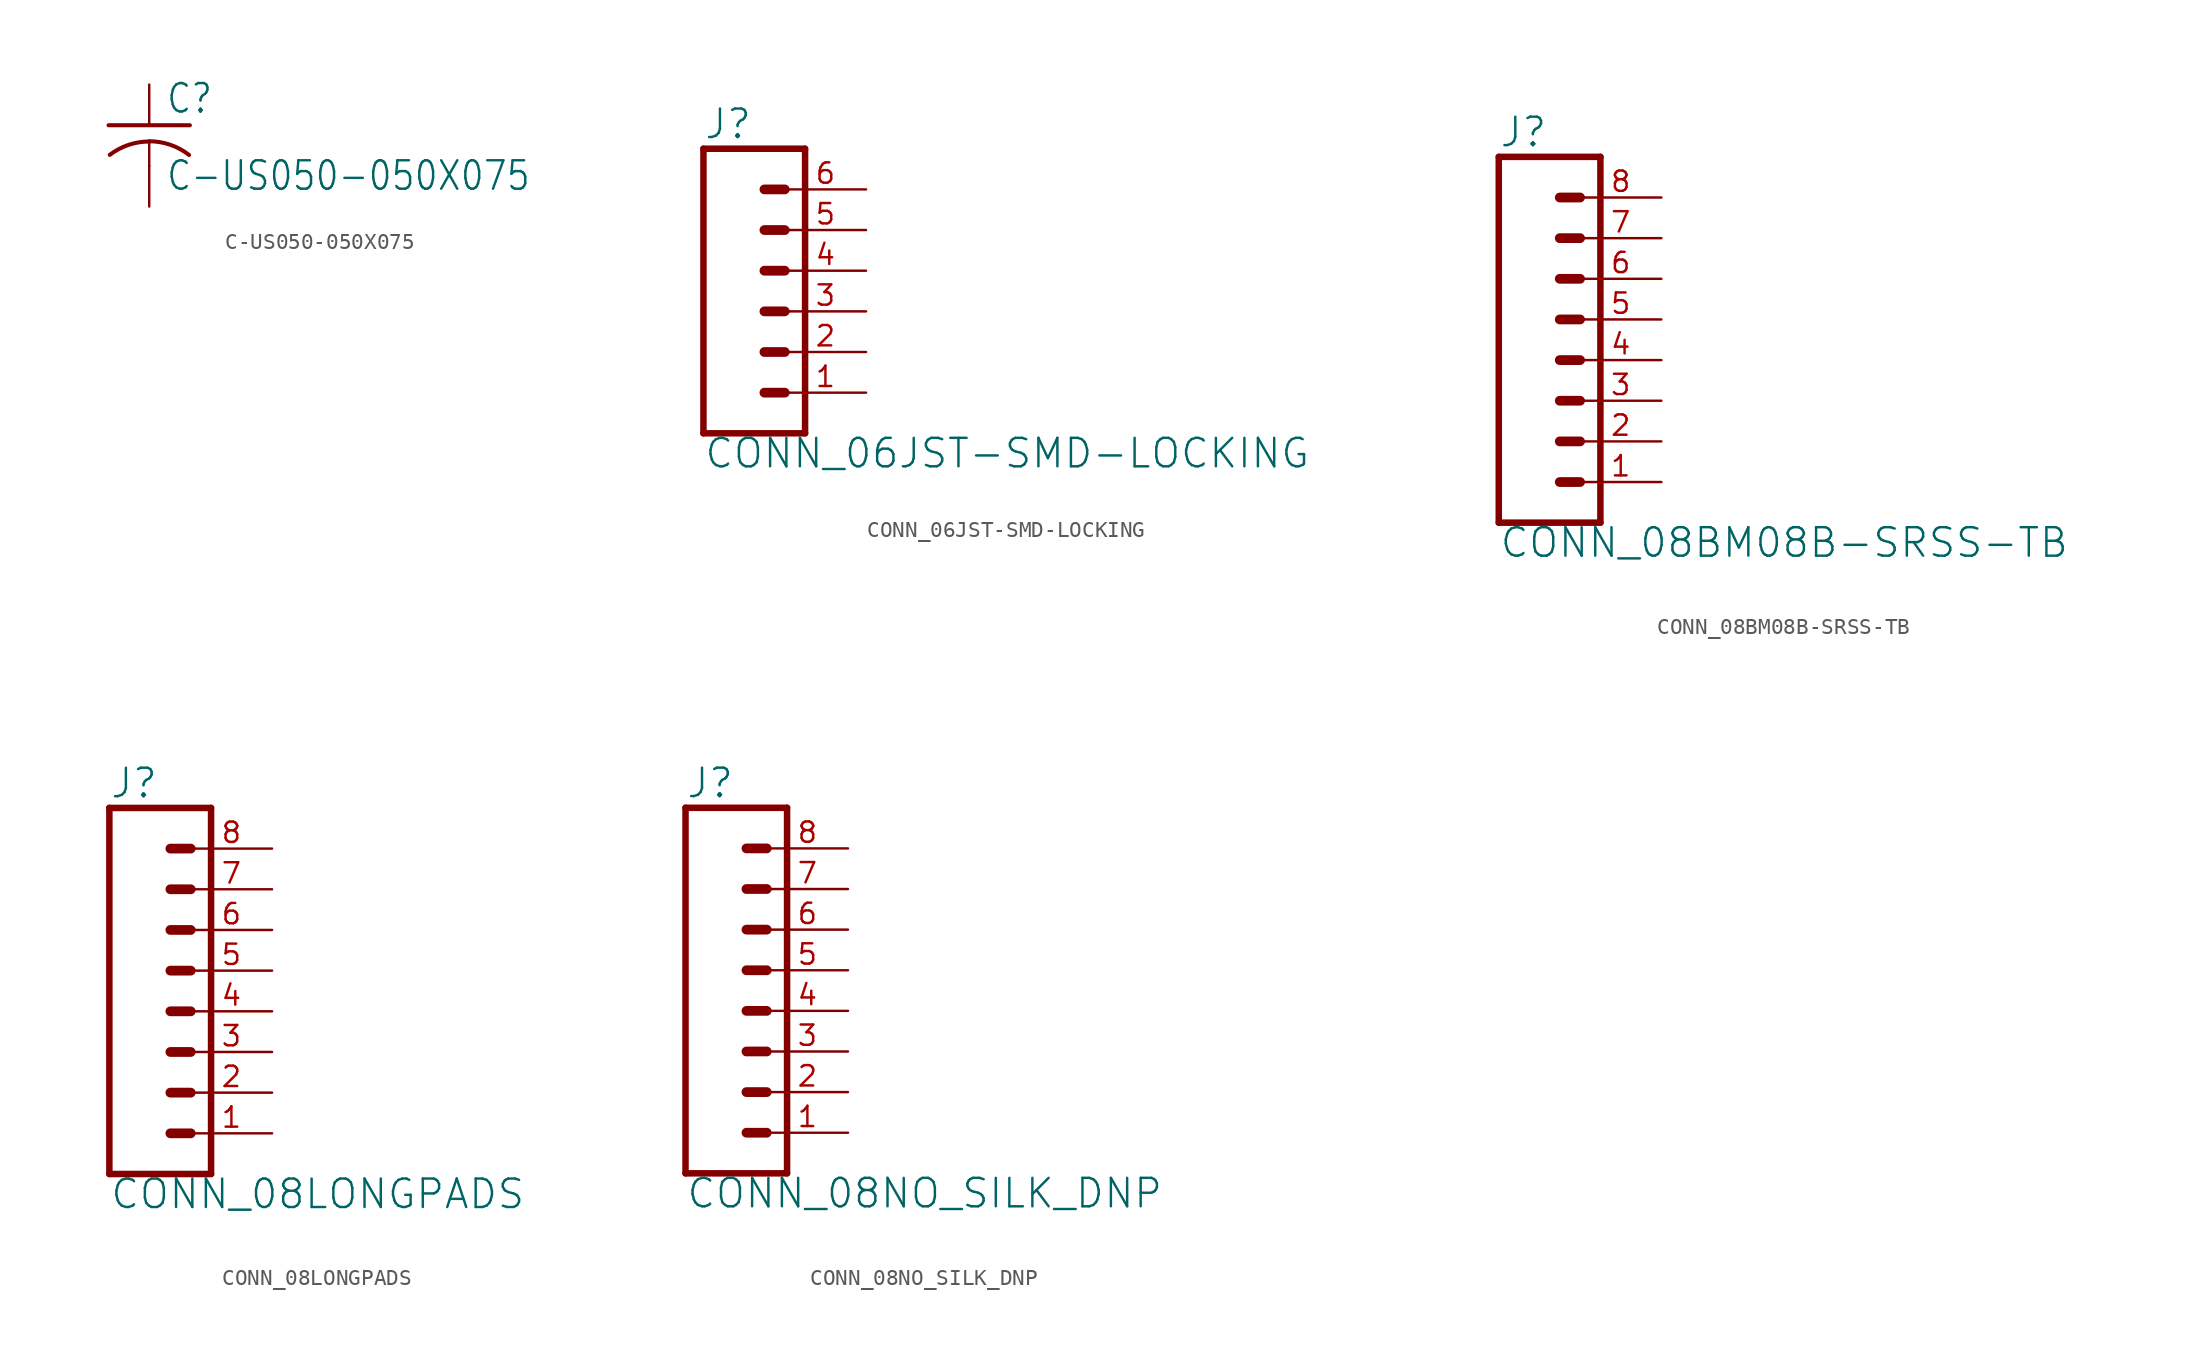
<source format=kicad_sym>
(kicad_symbol_lib
  (version 20211014)
  (generator kicad_symbol_editor)
  (symbol "C-US050-050X075"
    (property "Reference" "C"
      (at 1.016 0.635 0)
      (effects (font (size 1.778 1.511)) (justify left bottom)))
    (property "Value" "C-US050-050X075"
      (at 1.016 -4.191 0)
      (effects (font (size 1.778 1.511)) (justify left bottom)))
    (property "ki_locked" ""
      (at 0 0 0)
      (effects (font (size 1.27 1.27))))
    (symbol "C-US050-050X075_1_0"
      (arc (start 0 -1.0161) (mid -1.302 -1.2303) (end -2.4668 -1.8504) (stroke (width 0.254) (type default) (color 0 0 0 0)) (fill (type none)))
      (polyline (pts (xy -2.54 0) (xy 2.54 0)) (stroke (width 0.254) (type default) (color 0 0 0 0)) (fill (type none)))
      (polyline (pts (xy 0 -1.016) (xy 0 -2.54)) (stroke (width 0.152) (type default) (color 0 0 0 0)) (fill (type none)))
      (arc (start 2.4892 -1.8542) (mid 1.3158 -1.2195) (end 0 -1) (stroke (width 0.254) (type default) (color 0 0 0 0)) (fill (type none)))
      (pin passive line (at 0 2.54 270) (length 2.54) (name "1" (effects (font (size 0 0)))) (number "1" (effects (font (size 0 0)))))
      (pin passive line (at 0 -5.08 90) (length 2.54) (name "2" (effects (font (size 0 0)))) (number "2" (effects (font (size 0 0)))))))
  (symbol "CONN_06JST-SMD-LOCKING"
    (property "Reference" "J"
      (at -5.08 10.668 0)
      (effects (font (size 1.778 1.778)) (justify left bottom)))
    (property "Value" "CONN_06JST-SMD-LOCKING"
      (at -5.08 -9.906 0)
      (effects (font (size 1.778 1.778)) (justify left bottom)))
    (property "ki_locked" ""
      (at 0 0 0)
      (effects (font (size 1.27 1.27))))
    (symbol "CONN_06JST-SMD-LOCKING_1_0"
      (polyline (pts (xy -5.08 10.16) (xy -5.08 -7.62)) (stroke (width 0.406) (type default) (color 0 0 0 0)) (fill (type none)))
      (polyline (pts (xy -5.08 10.16) (xy 1.27 10.16)) (stroke (width 0.406) (type default) (color 0 0 0 0)) (fill (type none)))
      (polyline (pts (xy -1.27 -5.08) (xy 0 -5.08)) (stroke (width 0.61) (type default) (color 0 0 0 0)) (fill (type none)))
      (polyline (pts (xy -1.27 -2.54) (xy 0 -2.54)) (stroke (width 0.61) (type default) (color 0 0 0 0)) (fill (type none)))
      (polyline (pts (xy -1.27 0) (xy 0 0)) (stroke (width 0.61) (type default) (color 0 0 0 0)) (fill (type none)))
      (polyline (pts (xy -1.27 2.54) (xy 0 2.54)) (stroke (width 0.61) (type default) (color 0 0 0 0)) (fill (type none)))
      (polyline (pts (xy -1.27 5.08) (xy 0 5.08)) (stroke (width 0.61) (type default) (color 0 0 0 0)) (fill (type none)))
      (polyline (pts (xy -1.27 7.62) (xy 0 7.62)) (stroke (width 0.61) (type default) (color 0 0 0 0)) (fill (type none)))
      (polyline (pts (xy 1.27 -7.62) (xy -5.08 -7.62)) (stroke (width 0.406) (type default) (color 0 0 0 0)) (fill (type none)))
      (polyline (pts (xy 1.27 -7.62) (xy 1.27 10.16)) (stroke (width 0.406) (type default) (color 0 0 0 0)) (fill (type none)))
      (pin passive line (at 5.08 -5.08 180) (length 5.08) (name "1" (effects (font (size 0 0)))) (number "1" (effects (font (size 1.27 1.27)))))
      (pin passive line (at 5.08 -2.54 180) (length 5.08) (name "2" (effects (font (size 0 0)))) (number "2" (effects (font (size 1.27 1.27)))))
      (pin passive line (at 5.08 0 180) (length 5.08) (name "3" (effects (font (size 0 0)))) (number "3" (effects (font (size 1.27 1.27)))))
      (pin passive line (at 5.08 2.54 180) (length 5.08) (name "4" (effects (font (size 0 0)))) (number "4" (effects (font (size 1.27 1.27)))))
      (pin passive line (at 5.08 5.08 180) (length 5.08) (name "5" (effects (font (size 0 0)))) (number "5" (effects (font (size 1.27 1.27)))))
      (pin passive line (at 5.08 7.62 180) (length 5.08) (name "6" (effects (font (size 0 0)))) (number "6" (effects (font (size 1.27 1.27)))))))
  (symbol "CONN_08BM08B-SRSS-TB"
    (property "Reference" "J"
      (at -5.08 13.208 0)
      (effects (font (size 1.778 1.778)) (justify left bottom)))
    (property "Value" "CONN_08BM08B-SRSS-TB"
      (at -5.08 -12.446 0)
      (effects (font (size 1.778 1.778)) (justify left bottom)))
    (property "ki_locked" ""
      (at 0 0 0)
      (effects (font (size 1.27 1.27))))
    (symbol "CONN_08BM08B-SRSS-TB_1_0"
      (polyline (pts (xy -5.08 12.7) (xy -5.08 -10.16)) (stroke (width 0.406) (type default) (color 0 0 0 0)) (fill (type none)))
      (polyline (pts (xy -5.08 12.7) (xy 1.27 12.7)) (stroke (width 0.406) (type default) (color 0 0 0 0)) (fill (type none)))
      (polyline (pts (xy -1.27 -7.62) (xy 0 -7.62)) (stroke (width 0.61) (type default) (color 0 0 0 0)) (fill (type none)))
      (polyline (pts (xy -1.27 -5.08) (xy 0 -5.08)) (stroke (width 0.61) (type default) (color 0 0 0 0)) (fill (type none)))
      (polyline (pts (xy -1.27 -2.54) (xy 0 -2.54)) (stroke (width 0.61) (type default) (color 0 0 0 0)) (fill (type none)))
      (polyline (pts (xy -1.27 0) (xy 0 0)) (stroke (width 0.61) (type default) (color 0 0 0 0)) (fill (type none)))
      (polyline (pts (xy -1.27 2.54) (xy 0 2.54)) (stroke (width 0.61) (type default) (color 0 0 0 0)) (fill (type none)))
      (polyline (pts (xy -1.27 5.08) (xy 0 5.08)) (stroke (width 0.61) (type default) (color 0 0 0 0)) (fill (type none)))
      (polyline (pts (xy -1.27 7.62) (xy 0 7.62)) (stroke (width 0.61) (type default) (color 0 0 0 0)) (fill (type none)))
      (polyline (pts (xy -1.27 10.16) (xy 0 10.16)) (stroke (width 0.61) (type default) (color 0 0 0 0)) (fill (type none)))
      (polyline (pts (xy 1.27 -10.16) (xy -5.08 -10.16)) (stroke (width 0.406) (type default) (color 0 0 0 0)) (fill (type none)))
      (polyline (pts (xy 1.27 -10.16) (xy 1.27 12.7)) (stroke (width 0.406) (type default) (color 0 0 0 0)) (fill (type none)))
      (pin passive line (at 5.08 -7.62 180) (length 5.08) (name "1" (effects (font (size 0 0)))) (number "1" (effects (font (size 1.27 1.27)))))
      (pin passive line (at 5.08 -5.08 180) (length 5.08) (name "2" (effects (font (size 0 0)))) (number "2" (effects (font (size 1.27 1.27)))))
      (pin passive line (at 5.08 -2.54 180) (length 5.08) (name "3" (effects (font (size 0 0)))) (number "3" (effects (font (size 1.27 1.27)))))
      (pin passive line (at 5.08 0 180) (length 5.08) (name "4" (effects (font (size 0 0)))) (number "4" (effects (font (size 1.27 1.27)))))
      (pin passive line (at 5.08 2.54 180) (length 5.08) (name "5" (effects (font (size 0 0)))) (number "5" (effects (font (size 1.27 1.27)))))
      (pin passive line (at 5.08 5.08 180) (length 5.08) (name "6" (effects (font (size 0 0)))) (number "6" (effects (font (size 1.27 1.27)))))
      (pin passive line (at 5.08 7.62 180) (length 5.08) (name "7" (effects (font (size 0 0)))) (number "7" (effects (font (size 1.27 1.27)))))
      (pin passive line (at 5.08 10.16 180) (length 5.08) (name "8" (effects (font (size 0 0)))) (number "8" (effects (font (size 1.27 1.27)))))))
  (symbol "CONN_08LONGPADS"
    (property "Reference" "J"
      (at -5.08 13.208 0)
      (effects (font (size 1.778 1.778)) (justify left bottom)))
    (property "Value" "CONN_08LONGPADS"
      (at -5.08 -12.446 0)
      (effects (font (size 1.778 1.778)) (justify left bottom)))
    (property "ki_locked" ""
      (at 0 0 0)
      (effects (font (size 1.27 1.27))))
    (symbol "CONN_08LONGPADS_1_0"
      (polyline (pts (xy -5.08 12.7) (xy -5.08 -10.16)) (stroke (width 0.406) (type default) (color 0 0 0 0)) (fill (type none)))
      (polyline (pts (xy -5.08 12.7) (xy 1.27 12.7)) (stroke (width 0.406) (type default) (color 0 0 0 0)) (fill (type none)))
      (polyline (pts (xy -1.27 -7.62) (xy 0 -7.62)) (stroke (width 0.61) (type default) (color 0 0 0 0)) (fill (type none)))
      (polyline (pts (xy -1.27 -5.08) (xy 0 -5.08)) (stroke (width 0.61) (type default) (color 0 0 0 0)) (fill (type none)))
      (polyline (pts (xy -1.27 -2.54) (xy 0 -2.54)) (stroke (width 0.61) (type default) (color 0 0 0 0)) (fill (type none)))
      (polyline (pts (xy -1.27 0) (xy 0 0)) (stroke (width 0.61) (type default) (color 0 0 0 0)) (fill (type none)))
      (polyline (pts (xy -1.27 2.54) (xy 0 2.54)) (stroke (width 0.61) (type default) (color 0 0 0 0)) (fill (type none)))
      (polyline (pts (xy -1.27 5.08) (xy 0 5.08)) (stroke (width 0.61) (type default) (color 0 0 0 0)) (fill (type none)))
      (polyline (pts (xy -1.27 7.62) (xy 0 7.62)) (stroke (width 0.61) (type default) (color 0 0 0 0)) (fill (type none)))
      (polyline (pts (xy -1.27 10.16) (xy 0 10.16)) (stroke (width 0.61) (type default) (color 0 0 0 0)) (fill (type none)))
      (polyline (pts (xy 1.27 -10.16) (xy -5.08 -10.16)) (stroke (width 0.406) (type default) (color 0 0 0 0)) (fill (type none)))
      (polyline (pts (xy 1.27 -10.16) (xy 1.27 12.7)) (stroke (width 0.406) (type default) (color 0 0 0 0)) (fill (type none)))
      (pin passive line (at 5.08 -7.62 180) (length 5.08) (name "1" (effects (font (size 0 0)))) (number "1" (effects (font (size 1.27 1.27)))))
      (pin passive line (at 5.08 -5.08 180) (length 5.08) (name "2" (effects (font (size 0 0)))) (number "2" (effects (font (size 1.27 1.27)))))
      (pin passive line (at 5.08 -2.54 180) (length 5.08) (name "3" (effects (font (size 0 0)))) (number "3" (effects (font (size 1.27 1.27)))))
      (pin passive line (at 5.08 0 180) (length 5.08) (name "4" (effects (font (size 0 0)))) (number "4" (effects (font (size 1.27 1.27)))))
      (pin passive line (at 5.08 2.54 180) (length 5.08) (name "5" (effects (font (size 0 0)))) (number "5" (effects (font (size 1.27 1.27)))))
      (pin passive line (at 5.08 5.08 180) (length 5.08) (name "6" (effects (font (size 0 0)))) (number "6" (effects (font (size 1.27 1.27)))))
      (pin passive line (at 5.08 7.62 180) (length 5.08) (name "7" (effects (font (size 0 0)))) (number "7" (effects (font (size 1.27 1.27)))))
      (pin passive line (at 5.08 10.16 180) (length 5.08) (name "8" (effects (font (size 0 0)))) (number "8" (effects (font (size 1.27 1.27)))))))
  (symbol "CONN_08NO_SILK_DNP"
    (property "Reference" "J"
      (at -5.08 13.208 0)
      (effects (font (size 1.778 1.778)) (justify left bottom)))
    (property "Value" "CONN_08NO_SILK_DNP"
      (at -5.08 -12.446 0)
      (effects (font (size 1.778 1.778)) (justify left bottom)))
    (property "ki_locked" ""
      (at 0 0 0)
      (effects (font (size 1.27 1.27))))
    (symbol "CONN_08NO_SILK_DNP_1_0"
      (polyline (pts (xy -5.08 12.7) (xy -5.08 -10.16)) (stroke (width 0.406) (type default) (color 0 0 0 0)) (fill (type none)))
      (polyline (pts (xy -5.08 12.7) (xy 1.27 12.7)) (stroke (width 0.406) (type default) (color 0 0 0 0)) (fill (type none)))
      (polyline (pts (xy -1.27 -7.62) (xy 0 -7.62)) (stroke (width 0.61) (type default) (color 0 0 0 0)) (fill (type none)))
      (polyline (pts (xy -1.27 -5.08) (xy 0 -5.08)) (stroke (width 0.61) (type default) (color 0 0 0 0)) (fill (type none)))
      (polyline (pts (xy -1.27 -2.54) (xy 0 -2.54)) (stroke (width 0.61) (type default) (color 0 0 0 0)) (fill (type none)))
      (polyline (pts (xy -1.27 0) (xy 0 0)) (stroke (width 0.61) (type default) (color 0 0 0 0)) (fill (type none)))
      (polyline (pts (xy -1.27 2.54) (xy 0 2.54)) (stroke (width 0.61) (type default) (color 0 0 0 0)) (fill (type none)))
      (polyline (pts (xy -1.27 5.08) (xy 0 5.08)) (stroke (width 0.61) (type default) (color 0 0 0 0)) (fill (type none)))
      (polyline (pts (xy -1.27 7.62) (xy 0 7.62)) (stroke (width 0.61) (type default) (color 0 0 0 0)) (fill (type none)))
      (polyline (pts (xy -1.27 10.16) (xy 0 10.16)) (stroke (width 0.61) (type default) (color 0 0 0 0)) (fill (type none)))
      (polyline (pts (xy 1.27 -10.16) (xy -5.08 -10.16)) (stroke (width 0.406) (type default) (color 0 0 0 0)) (fill (type none)))
      (polyline (pts (xy 1.27 -10.16) (xy 1.27 12.7)) (stroke (width 0.406) (type default) (color 0 0 0 0)) (fill (type none)))
      (pin passive line (at 5.08 -7.62 180) (length 5.08) (name "1" (effects (font (size 0 0)))) (number "1" (effects (font (size 1.27 1.27)))))
      (pin passive line (at 5.08 -5.08 180) (length 5.08) (name "2" (effects (font (size 0 0)))) (number "2" (effects (font (size 1.27 1.27)))))
      (pin passive line (at 5.08 -2.54 180) (length 5.08) (name "3" (effects (font (size 0 0)))) (number "3" (effects (font (size 1.27 1.27)))))
      (pin passive line (at 5.08 0 180) (length 5.08) (name "4" (effects (font (size 0 0)))) (number "4" (effects (font (size 1.27 1.27)))))
      (pin passive line (at 5.08 2.54 180) (length 5.08) (name "5" (effects (font (size 0 0)))) (number "5" (effects (font (size 1.27 1.27)))))
      (pin passive line (at 5.08 5.08 180) (length 5.08) (name "6" (effects (font (size 0 0)))) (number "6" (effects (font (size 1.27 1.27)))))
      (pin passive line (at 5.08 7.62 180) (length 5.08) (name "7" (effects (font (size 0 0)))) (number "7" (effects (font (size 1.27 1.27)))))
      (pin passive line (at 5.08 10.16 180) (length 5.08) (name "8" (effects (font (size 0 0)))) (number "8" (effects (font (size 1.27 1.27))))))))
</source>
